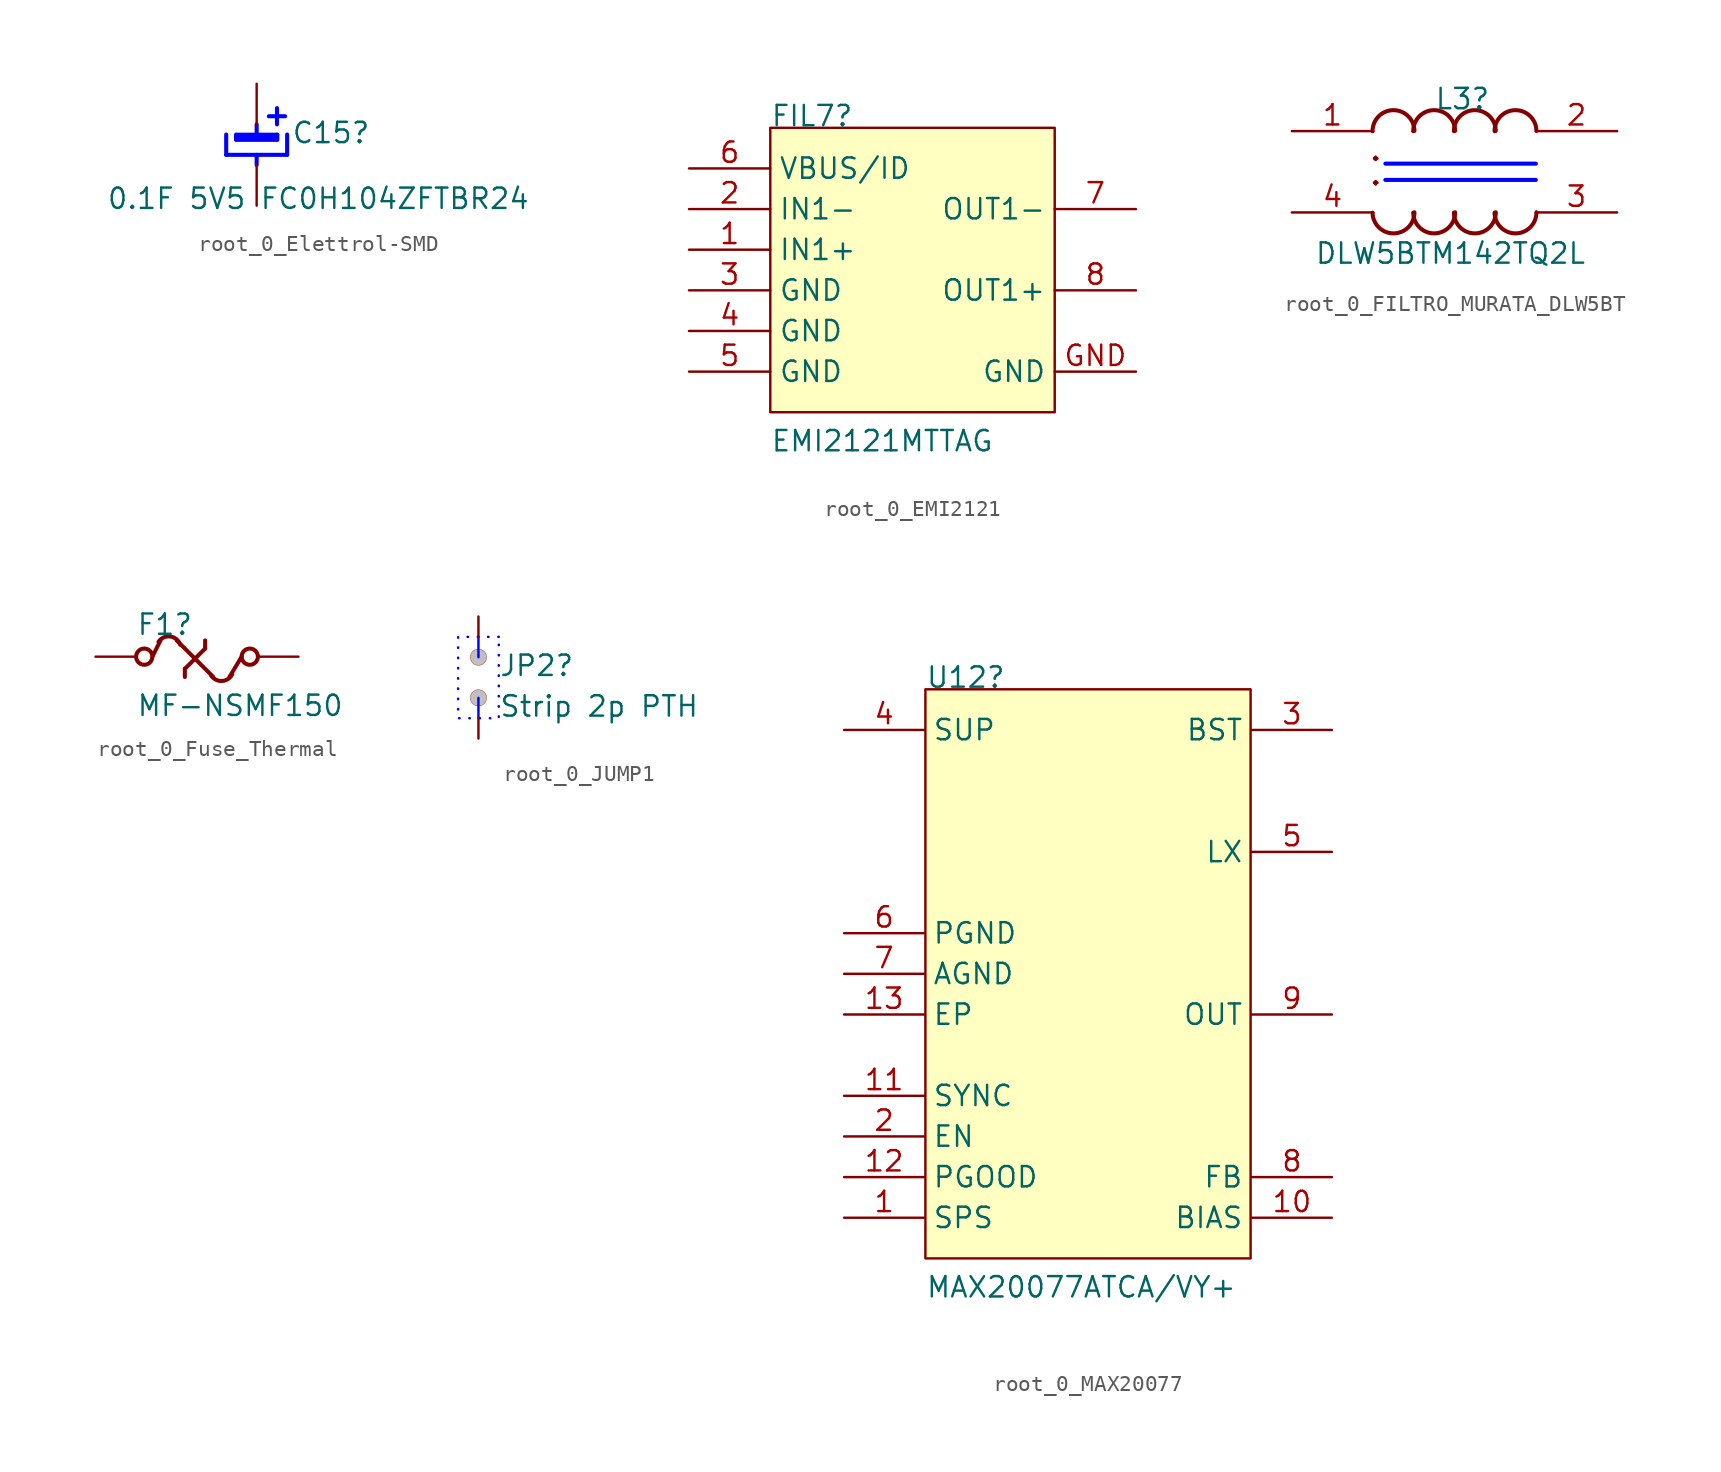
<source format=kicad_sym>
(kicad_symbol_lib
  (version 20220914)
  (generator kicad_symbol_editor)
  (symbol "root_0_Elettrol-SMD"
    (property "Reference" "C15"
      (at 2.159 -1.27 0)
      (effects (font (size 1.27 1.27)) (justify left bottom)))
    (property "Value" "0.1F 5V5 FC0H104ZFTBR24"
      (at -9.398 -5.385 0)
      (effects (font (size 1.27 1.27)) (justify left bottom)))
    (symbol "root_0_Elettrol-SMD_1_0"
      (polyline (pts (xy -1.905 -1.905) (xy -1.905 -0.635)) (stroke (width 0.254) (type solid) (color 0 0 255 1)) (fill (type none)))
      (polyline (pts (xy -1.27 -0.787) (xy 1.194 -0.787)) (stroke (width 0.254) (type solid) (color 0 0 255 1)) (fill (type none)))
      (polyline (pts (xy -1.25 -0.645) (xy 1.29 -0.645)) (stroke (width 0.254) (type solid) (color 0 0 255 1)) (fill (type none)))
      (polyline (pts (xy 0 -1.905) (xy 0 -2.54)) (stroke (width 0.254) (type solid) (color 0 0 255 1)) (fill (type none)))
      (polyline (pts (xy 0 -0.635) (xy 0 0)) (stroke (width 0.254) (type solid) (color 0 0 255 1)) (fill (type none)))
      (polyline (pts (xy 0.762 0.508) (xy 1.778 0.508)) (stroke (width 0.254) (type solid) (color 0 0 255 1)) (fill (type none)))
      (polyline (pts (xy 1.27 0) (xy 1.27 1.016)) (stroke (width 0.254) (type solid) (color 0 0 255 1)) (fill (type none)))
      (polyline (pts (xy 1.905 -1.905) (xy -1.905 -1.905)) (stroke (width 0.254) (type solid) (color 0 0 255 1)) (fill (type none)))
      (polyline (pts (xy 1.905 -1.905) (xy 1.905 -0.635)) (stroke (width 0.254) (type solid) (color 0 0 255 1)) (fill (type none)))
      (polyline (pts (xy -1.29 -0.645) (xy -1.29 -0.968) (xy 1.29 -0.968) (xy 1.29 -0.645)) (stroke (width 0.254) (type solid) (color 0 0 255 1)) (fill (type none)))
      (pin passive line (at 0 2.54 270) (length 2.54) (name "1" (effects (font (size 0 0)))) (number "1" (effects (font (size 0 0)))))
      (pin passive line (at 0 -5.08 90) (length 2.54) (name "2" (effects (font (size 0 0)))) (number "2" (effects (font (size 0 0)))))))
  (symbol "root_0_EMI2121"
    (property "Reference" "FIL7"
      (at 0 0 0)
      (effects (font (size 1.27 1.27)) (justify left bottom)))
    (property "Value" "EMI2121MTTAG"
      (at 0 -20.32 0)
      (effects (font (size 1.27 1.27)) (justify left bottom)))
    (symbol "root_0_EMI2121_1_0"
      (rectangle (start 17.78 0) (end 0 -17.78) (stroke (width 0) (type solid)) (fill (type background)))
      (pin passive line (at -5.08 -7.62 0) (length 5.08) (name "IN1+" (effects (font (size 1.27 1.27)))) (number "1" (effects (font (size 1.27 1.27)))))
      (pin passive line (at -5.08 -5.08 0) (length 5.08) (name "IN1-" (effects (font (size 1.27 1.27)))) (number "2" (effects (font (size 1.27 1.27)))))
      (pin passive line (at -5.08 -10.16 0) (length 5.08) (name "GND" (effects (font (size 1.27 1.27)))) (number "3" (effects (font (size 1.27 1.27)))))
      (pin passive line (at -5.08 -12.7 0) (length 5.08) (name "GND" (effects (font (size 1.27 1.27)))) (number "4" (effects (font (size 1.27 1.27)))))
      (pin passive line (at -5.08 -15.24 0) (length 5.08) (name "GND" (effects (font (size 1.27 1.27)))) (number "5" (effects (font (size 1.27 1.27)))))
      (pin passive line (at -5.08 -2.54 0) (length 5.08) (name "VBUS/ID" (effects (font (size 1.27 1.27)))) (number "6" (effects (font (size 1.27 1.27)))))
      (pin passive line (at 22.86 -5.08 180) (length 5.08) (name "OUT1-" (effects (font (size 1.27 1.27)))) (number "7" (effects (font (size 1.27 1.27)))))
      (pin passive line (at 22.86 -10.16 180) (length 5.08) (name "OUT1+" (effects (font (size 1.27 1.27)))) (number "8" (effects (font (size 1.27 1.27)))))
      (pin passive line (at 22.86 -15.24 180) (length 5.08) (name "GND" (effects (font (size 1.27 1.27)))) (number "GND" (effects (font (size 1.27 1.27)))))))
  (symbol "root_0_FILTRO_MURATA_DLW5BT"
    (property "Reference" "L3"
      (at 8.89 1.27 0)
      (effects (font (size 1.27 1.27)) (justify left bottom)))
    (property "Value" "DLW5BTM142TQ2L"
      (at 1.405 -8.382 0)
      (effects (font (size 1.27 1.27)) (justify left bottom)))
    (symbol "root_0_FILTRO_MURATA_DLW5BT_1_0"
      (polyline (pts (xy 5.842 -3.048) (xy 15.24 -3.048)) (stroke (width 0.254) (type solid) (color 0 0 255 1)) (fill (type none)))
      (polyline (pts (xy 5.842 -2.032) (xy 15.24 -2.032)) (stroke (width 0.254) (type solid) (color 0 0 255 1)) (fill (type none)))
      (arc (start 5.0421 -5.0955) (mid 6.3606 -6.3879) (end 7.658 -5.0743) (stroke (width 0.254) (type solid)) (fill (type none)))
      (arc (start 7.5821 -5.0955) (mid 8.9006 -6.3879) (end 10.198 -5.0743) (stroke (width 0.254) (type solid)) (fill (type none)))
      (arc (start 7.6579 0.0155) (mid 6.3394 1.3079) (end 5.042 -0.0057) (stroke (width 0.254) (type solid)) (fill (type none)))
      (arc (start 10.1221 -5.0955) (mid 11.4406 -6.3879) (end 12.738 -5.0743) (stroke (width 0.254) (type solid)) (fill (type none)))
      (arc (start 10.1979 0.0155) (mid 8.8794 1.3079) (end 7.582 -0.0057) (stroke (width 0.254) (type solid)) (fill (type none)))
      (arc (start 12.6621 -5.0955) (mid 13.9806 -6.3879) (end 15.278 -5.0743) (stroke (width 0.254) (type solid)) (fill (type none)))
      (arc (start 12.7379 0.0155) (mid 11.4194 1.3079) (end 10.122 -0.0057) (stroke (width 0.254) (type solid)) (fill (type none)))
      (arc (start 15.2779 0.0155) (mid 13.9594 1.3079) (end 12.662 -0.0057) (stroke (width 0.254) (type solid)) (fill (type none)))
      (text "." (at 5.588 -3.81 900) (effects (font (size 2.032 2.032)) (justify left bottom)))
      (text "." (at 5.588 -2.286 900) (effects (font (size 2.032 2.032)) (justify left bottom)))
      (pin passive line (at 0 0 0) (length 5.08) (name "1" (effects (font (size 0 0)))) (number "1" (effects (font (size 1.27 1.27)))))
      (pin passive line (at 20.32 0 180) (length 5.08) (name "2" (effects (font (size 0 0)))) (number "2" (effects (font (size 1.27 1.27)))))
      (pin passive line (at 20.32 -5.08 180) (length 5.08) (name "3" (effects (font (size 0 0)))) (number "3" (effects (font (size 1.27 1.27)))))
      (pin passive line (at 0 -5.08 0) (length 5.08) (name "4" (effects (font (size 0 0)))) (number "4" (effects (font (size 1.27 1.27)))))))
  (symbol "root_0_Fuse_Thermal"
    (property "Reference" "F1"
      (at 0 -1.27 0)
      (effects (font (size 1.27 1.27)) (justify left bottom)))
    (property "Value" "MF-NSMF150"
      (at 0 -6.35 0)
      (effects (font (size 1.27 1.27)) (justify left bottom)))
    (symbol "root_0_Fuse_Thermal_1_0"
      (polyline (pts (xy 1.016 -2.54) (xy 1.524 -1.524)) (stroke (width 0.254) (type solid)) (fill (type none)))
      (polyline (pts (xy 3.048 -3.81) (xy 3.048 -3.302)) (stroke (width 0.254) (type solid)) (fill (type none)))
      (polyline (pts (xy 3.048 -3.302) (xy 4.318 -2.032)) (stroke (width 0.254) (type solid)) (fill (type none)))
      (polyline (pts (xy 4.318 -2.032) (xy 4.318 -1.524)) (stroke (width 0.254) (type solid)) (fill (type none)))
      (polyline (pts (xy 4.826 -3.81) (xy 2.54 -1.524)) (stroke (width 0.254) (type solid)) (fill (type none)))
      (polyline (pts (xy 5.842 -3.81) (xy 6.604 -2.54)) (stroke (width 0.254) (type solid)) (fill (type none)))
      (circle (center 0.508 -2.54) (radius 0.508) (stroke (width 0.254) (type solid)) (fill (type none)))
      (arc (start 2.7549 -1.791) (mid 2.1331 -1.2767) (end 1.398 -1.6093) (stroke (width 0.254) (type solid)) (fill (type none)))
      (arc (start 4.7 -3.7247) (mid 5.3814 -4.0625) (end 6.0156 -3.6428) (stroke (width 0.254) (type solid)) (fill (type none)))
      (circle (center 7.112 -2.54) (radius 0.508) (stroke (width 0.254) (type solid)) (fill (type none)))
      (pin passive line (at -2.54 -2.54 0) (length 2.54) (name "1" (effects (font (size 0 0)))) (number "1" (effects (font (size 0 0)))))
      (pin passive line (at 10.16 -2.54 180) (length 2.54) (name "2" (effects (font (size 0 0)))) (number "2" (effects (font (size 0 0)))))))
  (symbol "root_0_JUMP1"
    (property "Reference" "JP2"
      (at 2.54 -2.54 0)
      (effects (font (size 1.27 1.27)) (justify left bottom)))
    (property "Value" "Strip 2p PTH"
      (at 2.54 -5.08 0)
      (effects (font (size 1.27 1.27)) (justify left bottom)))
    (symbol "root_0_JUMP1_1_0"
      (polyline (pts (xy 1.27 -3.81) (xy 1.27 -5.08)) (stroke (width 0) (type solid) (color 0 0 255 1)) (fill (type none)))
      (polyline (pts (xy 1.27 -1.27) (xy 1.27 0)) (stroke (width 0) (type solid) (color 0 0 255 1)) (fill (type none)))
      (polyline (pts (xy 2.54 0) (xy 0 0) (xy 0 -5.08) (xy 2.54 -5.08) (xy 2.54 0)) (stroke (width 0) (type dot) (color 0 0 255 1)) (fill (type none)))
      (circle (center 1.27 -3.81) (radius 0.508) (stroke (width 0.0001) (type solid)) (fill (type color) (color 192 192 192 1)))
      (circle (center 1.27 -1.27) (radius 0.508) (stroke (width 0.0001) (type solid)) (fill (type color) (color 192 192 192 1)))
      (pin passive line (at 1.27 1.27 270) (length 1.27) (name "" (effects (font (size 0 0)))) (number "1" (effects (font (size 0 0)))))
      (pin passive line (at 1.27 -6.35 90) (length 1.27) (name "" (effects (font (size 0 0)))) (number "2" (effects (font (size 0 0)))))))
  (symbol "root_0_MAX20077"
    (property "Reference" "U12"
      (at 0 0 0)
      (effects (font (size 1.27 1.27)) (justify left bottom)))
    (property "Value" "MAX20077ATCA/VY+"
      (at 0 -38.1 0)
      (effects (font (size 1.27 1.27)) (justify left bottom)))
    (symbol "root_0_MAX20077_1_0"
      (rectangle (start 20.32 0) (end 0 -35.56) (stroke (width 0) (type solid)) (fill (type background)))
      (pin input line (at -5.08 -33.02 0) (length 5) (name "SPS" (effects (font (size 1.27 1.27)))) (number "1" (effects (font (size 1.27 1.27)))))
      (pin passive line (at 25.4 -33.02 180) (length 5) (name "BIAS" (effects (font (size 1.27 1.27)))) (number "10" (effects (font (size 1.27 1.27)))))
      (pin passive line (at -5.08 -25.4 0) (length 5) (name "SYNC" (effects (font (size 1.27 1.27)))) (number "11" (effects (font (size 1.27 1.27)))))
      (pin output line (at -5.08 -30.48 0) (length 5) (name "PGOOD" (effects (font (size 1.27 1.27)))) (number "12" (effects (font (size 1.27 1.27)))))
      (pin passive line (at -5.08 -20.32 0) (length 5) (name "EP" (effects (font (size 1.27 1.27)))) (number "13" (effects (font (size 1.27 1.27)))))
      (pin input line (at -5.08 -27.94 0) (length 5) (name "EN" (effects (font (size 1.27 1.27)))) (number "2" (effects (font (size 1.27 1.27)))))
      (pin passive line (at 25.4 -2.54 180) (length 5) (name "BST" (effects (font (size 1.27 1.27)))) (number "3" (effects (font (size 1.27 1.27)))))
      (pin power_in line (at -5.08 -2.54 0) (length 5) (name "SUP" (effects (font (size 1.27 1.27)))) (number "4" (effects (font (size 1.27 1.27)))))
      (pin passive line (at 25.4 -10.16 180) (length 5) (name "LX" (effects (font (size 1.27 1.27)))) (number "5" (effects (font (size 1.27 1.27)))))
      (pin power_in line (at -5.08 -15.24 0) (length 5) (name "PGND" (effects (font (size 1.27 1.27)))) (number "6" (effects (font (size 1.27 1.27)))))
      (pin power_in line (at -5.08 -17.78 0) (length 5) (name "AGND" (effects (font (size 1.27 1.27)))) (number "7" (effects (font (size 1.27 1.27)))))
      (pin passive line (at 25.4 -30.48 180) (length 5) (name "FB" (effects (font (size 1.27 1.27)))) (number "8" (effects (font (size 1.27 1.27)))))
      (pin passive line (at 25.4 -20.32 180) (length 5) (name "OUT" (effects (font (size 1.27 1.27)))) (number "9" (effects (font (size 1.27 1.27))))))))
</source>
